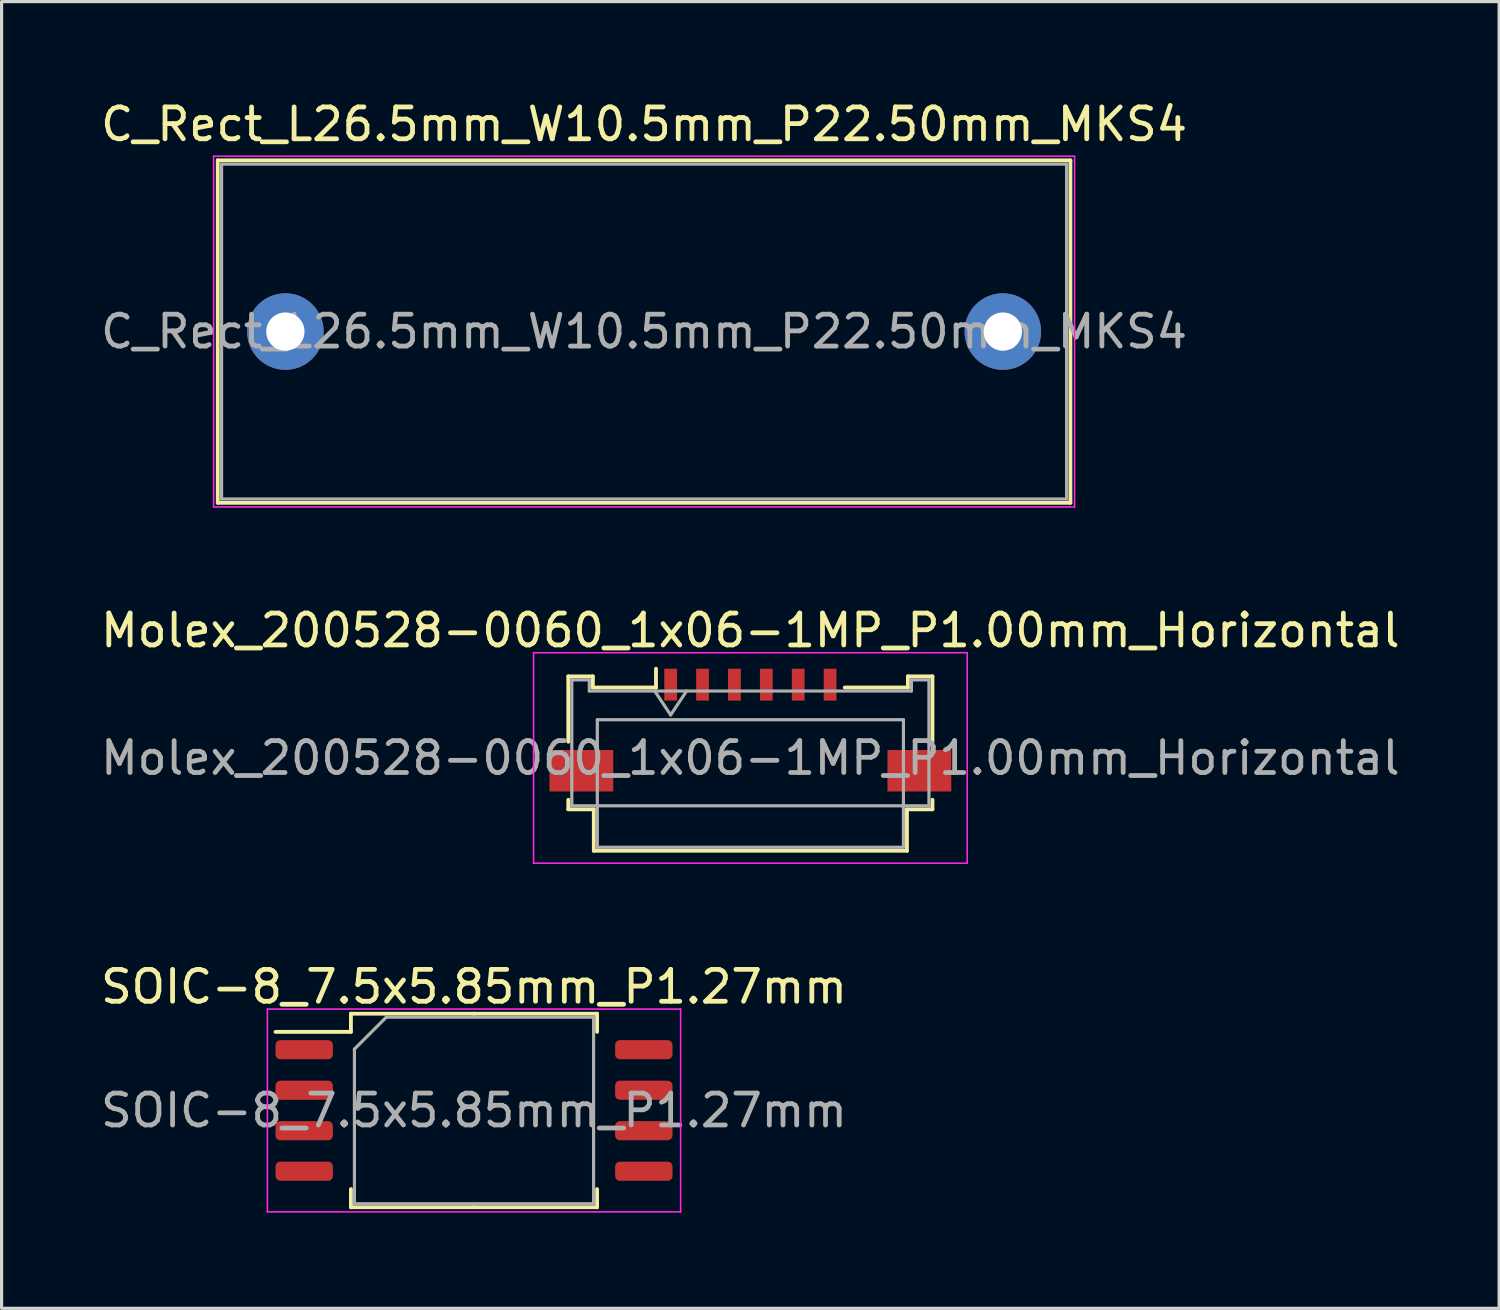
<source format=kicad_pcb>
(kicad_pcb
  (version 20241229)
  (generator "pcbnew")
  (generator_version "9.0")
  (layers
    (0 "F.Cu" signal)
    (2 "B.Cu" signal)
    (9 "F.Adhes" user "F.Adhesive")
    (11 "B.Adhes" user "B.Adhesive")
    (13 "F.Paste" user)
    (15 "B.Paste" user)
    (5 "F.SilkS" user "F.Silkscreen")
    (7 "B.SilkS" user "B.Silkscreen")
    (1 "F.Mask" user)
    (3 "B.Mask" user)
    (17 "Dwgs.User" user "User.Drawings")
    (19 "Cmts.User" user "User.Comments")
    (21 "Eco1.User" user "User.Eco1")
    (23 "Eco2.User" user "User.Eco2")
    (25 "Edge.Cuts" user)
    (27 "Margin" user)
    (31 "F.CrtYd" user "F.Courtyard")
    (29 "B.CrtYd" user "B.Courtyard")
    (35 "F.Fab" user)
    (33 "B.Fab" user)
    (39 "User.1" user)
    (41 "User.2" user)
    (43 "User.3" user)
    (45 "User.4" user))
  (footprint "SOIC-8_7.5x5.85mm_P1.27mm"
    (layer "F.Cu")
    (at 11.815 31.775)
    (property "Reference" "SOIC-8_7.5x5.85mm_P1.27mm" (at 0 -3.88 0) (layer "F.SilkS") (effects (font (size 1 1) (thickness 0.15))))
    (attr smd)
    (fp_line (start -3.86 -3.035) (end -3.86 -2.465) (stroke (width 0.12) (type solid)) (layer "F.SilkS"))
    (fp_line (start -3.86 -2.465) (end -6.225 -2.465) (stroke (width 0.12) (type solid)) (layer "F.SilkS"))
    (fp_line (start -3.86 3.035) (end -3.86 2.465) (stroke (width 0.12) (type solid)) (layer "F.SilkS"))
    (fp_line (start 0 -3.035) (end -3.86 -3.035) (stroke (width 0.12) (type solid)) (layer "F.SilkS"))
    (fp_line (start 0 -3.035) (end 3.86 -3.035) (stroke (width 0.12) (type solid)) (layer "F.SilkS"))
    (fp_line (start 0 3.035) (end -3.86 3.035) (stroke (width 0.12) (type solid)) (layer "F.SilkS"))
    (fp_line (start 0 3.035) (end 3.86 3.035) (stroke (width 0.12) (type solid)) (layer "F.SilkS"))
    (fp_line (start 3.86 -3.035) (end 3.86 -2.465) (stroke (width 0.12) (type solid)) (layer "F.SilkS"))
    (fp_line (start 3.86 3.035) (end 3.86 2.465) (stroke (width 0.12) (type solid)) (layer "F.SilkS"))
    (fp_line (start -6.48 -3.18) (end -6.48 3.18) (stroke (width 0.05) (type solid)) (layer "F.CrtYd"))
    (fp_line (start -6.48 3.18) (end 6.48 3.18) (stroke (width 0.05) (type solid)) (layer "F.CrtYd"))
    (fp_line (start 6.48 -3.18) (end -6.48 -3.18) (stroke (width 0.05) (type solid)) (layer "F.CrtYd"))
    (fp_line (start 6.48 3.18) (end 6.48 -3.18) (stroke (width 0.05) (type solid)) (layer "F.CrtYd"))
    (fp_line (start -3.75 -1.925) (end -2.75 -2.925) (stroke (width 0.1) (type solid)) (layer "F.Fab"))
    (fp_line (start -3.75 2.925) (end -3.75 -1.925) (stroke (width 0.1) (type solid)) (layer "F.Fab"))
    (fp_line (start -2.75 -2.925) (end 3.75 -2.925) (stroke (width 0.1) (type solid)) (layer "F.Fab"))
    (fp_line (start 3.75 -2.925) (end 3.75 2.925) (stroke (width 0.1) (type solid)) (layer "F.Fab"))
    (fp_line (start 3.75 2.925) (end -3.75 2.925) (stroke (width 0.1) (type solid)) (layer "F.Fab"))
    (fp_text user "${REFERENCE}" (at 0 0 0) (layer "F.Fab") (effects (font (size 1 1) (thickness 0.15))))
    (pad "1" smd roundrect (at -5.325 -1.905) (size 1.8 0.6) (layers "F.Cu" "F.Mask" "F.Paste") (roundrect_rratio 0.25))
    (pad "2" smd roundrect (at -5.325 -0.635) (size 1.8 0.6) (layers "F.Cu" "F.Mask" "F.Paste") (roundrect_rratio 0.25))
    (pad "3" smd roundrect (at -5.325 0.635) (size 1.8 0.6) (layers "F.Cu" "F.Mask" "F.Paste") (roundrect_rratio 0.25))
    (pad "4" smd roundrect (at -5.325 1.905) (size 1.8 0.6) (layers "F.Cu" "F.Mask" "F.Paste") (roundrect_rratio 0.25))
    (pad "5" smd roundrect (at 5.325 1.905) (size 1.8 0.6) (layers "F.Cu" "F.Mask" "F.Paste") (roundrect_rratio 0.25))
    (pad "6" smd roundrect (at 5.325 0.635) (size 1.8 0.6) (layers "F.Cu" "F.Mask" "F.Paste") (roundrect_rratio 0.25))
    (pad "7" smd roundrect (at 5.325 -0.635) (size 1.8 0.6) (layers "F.Cu" "F.Mask" "F.Paste") (roundrect_rratio 0.25))
    (pad "8" smd roundrect (at 5.325 -1.905) (size 1.8 0.6) (layers "F.Cu" "F.Mask" "F.Paste") (roundrect_rratio 0.25)))
  (footprint "C_Rect_L26.5mm_W10.5mm_P22.50mm_MKS4"
    (layer "F.Cu")
    (at 5.899 7.348)
    (property "Reference" "C_Rect_L26.5mm_W10.5mm_P22.50mm_MKS4" (at 11.25 -6.5 0) (layer "F.SilkS") (effects (font (size 1 1) (thickness 0.15))))
    (attr through_hole)
    (fp_line (start -2.12 -5.37) (end -2.12 5.37) (stroke (width 0.12) (type solid)) (layer "F.SilkS"))
    (fp_line (start -2.12 -5.37) (end 24.62 -5.37) (stroke (width 0.12) (type solid)) (layer "F.SilkS"))
    (fp_line (start -2.12 5.37) (end 24.62 5.37) (stroke (width 0.12) (type solid)) (layer "F.SilkS"))
    (fp_line (start 24.62 -5.37) (end 24.62 5.37) (stroke (width 0.12) (type solid)) (layer "F.SilkS"))
    (fp_line (start -2.25 -5.5) (end -2.25 5.5) (stroke (width 0.05) (type solid)) (layer "F.CrtYd"))
    (fp_line (start -2.25 5.5) (end 24.75 5.5) (stroke (width 0.05) (type solid)) (layer "F.CrtYd"))
    (fp_line (start 24.75 -5.5) (end -2.25 -5.5) (stroke (width 0.05) (type solid)) (layer "F.CrtYd"))
    (fp_line (start 24.75 5.5) (end 24.75 -5.5) (stroke (width 0.05) (type solid)) (layer "F.CrtYd"))
    (fp_line (start -2 -5.25) (end -2 5.25) (stroke (width 0.1) (type solid)) (layer "F.Fab"))
    (fp_line (start -2 5.25) (end 24.5 5.25) (stroke (width 0.1) (type solid)) (layer "F.Fab"))
    (fp_line (start 24.5 -5.25) (end -2 -5.25) (stroke (width 0.1) (type solid)) (layer "F.Fab"))
    (fp_line (start 24.5 5.25) (end 24.5 -5.25) (stroke (width 0.1) (type solid)) (layer "F.Fab"))
    (fp_text user "${REFERENCE}" (at 11.25 0 0) (layer "F.Fab") (effects (font (size 1 1) (thickness 0.15))))
    (pad "1" thru_hole circle (at 0 0) (size 2.4 2.4) (drill 1.2) (layers "*.Cu" "*.Mask"))
    (pad "2" thru_hole circle (at 22.5 0) (size 2.4 2.4) (drill 1.2) (layers "*.Cu" "*.Mask")))
  (footprint "Molex_200528-0060_1x06-1MP_P1.00mm_Horizontal"
    (layer "F.Cu")
    (at 20.482 19.331)
    (property "Reference" "Molex_200528-0060_1x06-1MP_P1.00mm_Horizontal" (at 0 -2.61 0) (layer "F.SilkS") (effects (font (size 1 1) (thickness 0.15))))
    (attr smd)
    (fp_line (start -5.71 -1.17) (end -5.71 0.88) (stroke (width 0.12) (type solid)) (layer "F.SilkS"))
    (fp_line (start -5.71 2.7) (end -5.71 3) (stroke (width 0.12) (type solid)) (layer "F.SilkS"))
    (fp_line (start -5.71 3) (end -4.91 3) (stroke (width 0.12) (type solid)) (layer "F.SilkS"))
    (fp_line (start -4.94 -1.17) (end -5.71 -1.17) (stroke (width 0.12) (type solid)) (layer "F.SilkS"))
    (fp_line (start -4.94 -0.82) (end -4.94 -1.17) (stroke (width 0.12) (type solid)) (layer "F.SilkS"))
    (fp_line (start -4.91 3) (end -4.91 4.3) (stroke (width 0.12) (type solid)) (layer "F.SilkS"))
    (fp_line (start -4.91 4.3) (end 4.91 4.3) (stroke (width 0.12) (type solid)) (layer "F.SilkS"))
    (fp_line (start -2.96 -1.41) (end -2.96 -0.82) (stroke (width 0.12) (type solid)) (layer "F.SilkS"))
    (fp_line (start -2.96 -0.82) (end -4.94 -0.82) (stroke (width 0.12) (type solid)) (layer "F.SilkS"))
    (fp_line (start 4.91 3) (end 5.71 3) (stroke (width 0.12) (type solid)) (layer "F.SilkS"))
    (fp_line (start 4.91 4.3) (end 4.91 3) (stroke (width 0.12) (type solid)) (layer "F.SilkS"))
    (fp_line (start 4.94 -1.17) (end 4.94 -0.82) (stroke (width 0.12) (type solid)) (layer "F.SilkS"))
    (fp_line (start 4.94 -0.82) (end 2.96 -0.82) (stroke (width 0.12) (type solid)) (layer "F.SilkS"))
    (fp_line (start 5.71 -1.17) (end 4.94 -1.17) (stroke (width 0.12) (type solid)) (layer "F.SilkS"))
    (fp_line (start 5.71 0.88) (end 5.71 -1.17) (stroke (width 0.12) (type solid)) (layer "F.SilkS"))
    (fp_line (start 5.71 3) (end 5.71 2.7) (stroke (width 0.12) (type solid)) (layer "F.SilkS"))
    (fp_line (start -6.8 -1.91) (end -6.8 4.69) (stroke (width 0.05) (type solid)) (layer "F.CrtYd"))
    (fp_line (start -6.8 4.69) (end 6.8 4.69) (stroke (width 0.05) (type solid)) (layer "F.CrtYd"))
    (fp_line (start 6.8 -1.91) (end -6.8 -1.91) (stroke (width 0.05) (type solid)) (layer "F.CrtYd"))
    (fp_line (start 6.8 4.69) (end 6.8 -1.91) (stroke (width 0.05) (type solid)) (layer "F.CrtYd"))
    (fp_line (start -5.6 -1.06) (end -5.6 2.89) (stroke (width 0.1) (type solid)) (layer "F.Fab"))
    (fp_line (start -5.6 2.89) (end 5.6 2.89) (stroke (width 0.1) (type solid)) (layer "F.Fab"))
    (fp_line (start -5.05 -1.06) (end -5.6 -1.06) (stroke (width 0.1) (type solid)) (layer "F.Fab"))
    (fp_line (start -5.05 -0.71) (end -5.05 -1.06) (stroke (width 0.1) (type solid)) (layer "F.Fab"))
    (fp_line (start -4.8 0.19) (end -4.8 4.19) (stroke (width 0.1) (type solid)) (layer "F.Fab"))
    (fp_line (start -4.8 4.19) (end 4.8 4.19) (stroke (width 0.1) (type solid)) (layer "F.Fab"))
    (fp_line (start -3 -0.71) (end -2.5 0.04) (stroke (width 0.1) (type solid)) (layer "F.Fab"))
    (fp_line (start -2.5 0.04) (end -2 -0.71) (stroke (width 0.1) (type solid)) (layer "F.Fab"))
    (fp_line (start 4.8 0.19) (end -4.8 0.19) (stroke (width 0.1) (type solid)) (layer "F.Fab"))
    (fp_line (start 4.8 4.19) (end 4.8 0.19) (stroke (width 0.1) (type solid)) (layer "F.Fab"))
    (fp_line (start 5.05 -1.06) (end 5.05 -0.71) (stroke (width 0.1) (type solid)) (layer "F.Fab"))
    (fp_line (start 5.05 -0.71) (end -5.05 -0.71) (stroke (width 0.1) (type solid)) (layer "F.Fab"))
    (fp_line (start 5.6 -1.06) (end 5.05 -1.06) (stroke (width 0.1) (type solid)) (layer "F.Fab"))
    (fp_line (start 5.6 2.89) (end 5.6 -1.06) (stroke (width 0.1) (type solid)) (layer "F.Fab"))
    (fp_text user "${REFERENCE}" (at 0 1.39 0) (layer "F.Fab") (effects (font (size 1 1) (thickness 0.15))))
    (pad "1" smd rect (at -2.5 -0.91) (size 0.4 1) (layers "F.Cu" "F.Mask" "F.Paste"))
    (pad "2" smd rect (at -1.5 -0.91) (size 0.4 1) (layers "F.Cu" "F.Mask" "F.Paste"))
    (pad "3" smd rect (at -0.5 -0.91) (size 0.4 1) (layers "F.Cu" "F.Mask" "F.Paste"))
    (pad "4" smd rect (at 0.5 -0.91) (size 0.4 1) (layers "F.Cu" "F.Mask" "F.Paste"))
    (pad "5" smd rect (at 1.5 -0.91) (size 0.4 1) (layers "F.Cu" "F.Mask" "F.Paste"))
    (pad "6" smd rect (at 2.5 -0.91) (size 0.4 1) (layers "F.Cu" "F.Mask" "F.Paste"))
    (pad "MP" smd rect (at -5.3 1.79) (size 2 1.3) (layers "F.Cu" "F.Mask" "F.Paste"))
    (pad "MP" smd rect (at 5.3 1.79) (size 2 1.3) (layers "F.Cu" "F.Mask" "F.Paste")))
  (gr_rect
    (start -3 -3)
    (end 43.964 37.98)
    (stroke (width 0.1) (type default))
    (fill no)
    (layer "Edge.Cuts")))
</source>
